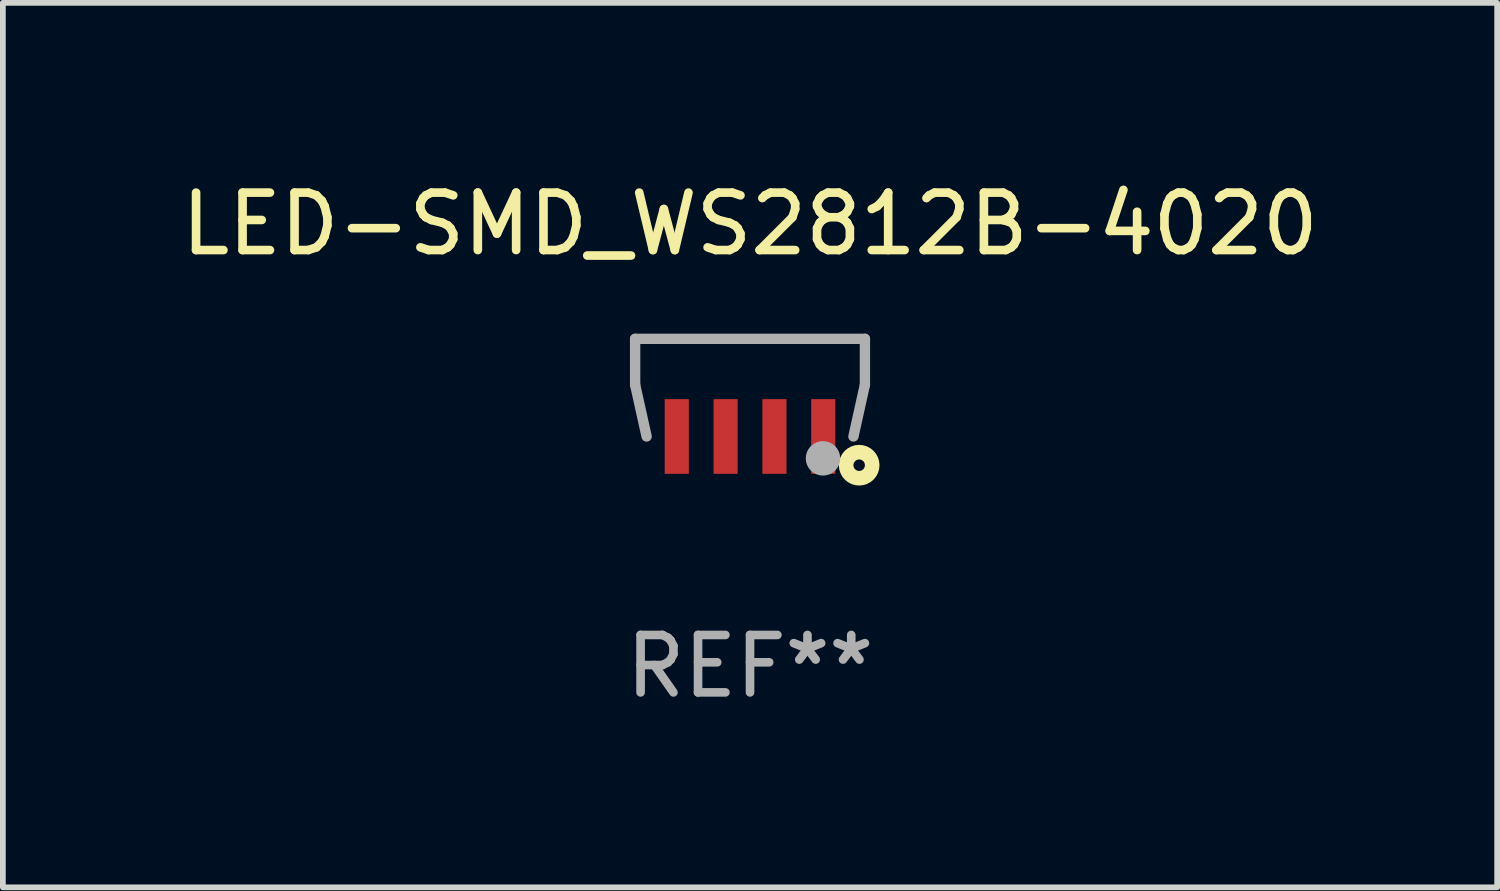
<source format=kicad_pcb>
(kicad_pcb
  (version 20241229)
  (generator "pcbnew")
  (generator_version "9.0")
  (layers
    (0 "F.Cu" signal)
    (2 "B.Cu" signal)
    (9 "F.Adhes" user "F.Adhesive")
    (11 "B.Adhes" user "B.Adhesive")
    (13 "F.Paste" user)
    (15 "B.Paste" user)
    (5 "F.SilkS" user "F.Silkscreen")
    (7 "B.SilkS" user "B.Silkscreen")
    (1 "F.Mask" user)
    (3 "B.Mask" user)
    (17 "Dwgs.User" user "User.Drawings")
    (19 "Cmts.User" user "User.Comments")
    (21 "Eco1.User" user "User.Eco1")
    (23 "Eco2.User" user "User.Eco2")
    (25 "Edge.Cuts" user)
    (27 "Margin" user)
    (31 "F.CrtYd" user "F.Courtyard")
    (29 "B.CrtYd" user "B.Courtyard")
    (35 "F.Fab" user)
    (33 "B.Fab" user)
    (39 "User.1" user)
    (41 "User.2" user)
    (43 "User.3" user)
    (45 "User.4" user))
  (footprint "LED-SMD_WS2812B-4020"
    (layer "F.Cu")
    (at 10.006 3.698)
    (property "Reference" "LED-SMD_WS2812B-4020" (at 0 -2.85 0) (layer "F.SilkS") (effects (font (size 1 1) (thickness 0.15))))
    (attr through_hole)
    (fp_circle (center 1.9 1.35) (end 2 1.35) (stroke (width 0.254) (type solid)) (fill no) (layer "F.SilkS"))
    (fp_line (start -2 -0.85) (end 2 -0.85) (stroke (width 0.18) (type solid)) (layer "F.Fab"))
    (fp_line (start -2 -0.05) (end -2 -0.85) (stroke (width 0.18) (type solid)) (layer "F.Fab"))
    (fp_line (start -1.8 0.85) (end -2 -0.05) (stroke (width 0.18) (type solid)) (layer "F.Fab"))
    (fp_line (start 2 -0.85) (end 2 -0.05) (stroke (width 0.18) (type solid)) (layer "F.Fab"))
    (fp_line (start 2 -0.05) (end 1.8 0.85) (stroke (width 0.18) (type solid)) (layer "F.Fab"))
    (fp_circle (center 1.27 1.231) (end 1.42 1.231) (stroke (width 0.3) (type solid)) (fill no) (layer "F.Fab"))
    (fp_text user "REF**" (at 0 4.85 0) (layer "F.Fab") (effects (font (size 1 1) (thickness 0.15))))
    (pad "1" smd rect (at 1.275 0.85) (size 0.42 1.3) (layers "F.Cu" "F.Mask" "F.Paste"))
    (pad "2" smd rect (at 0.425 0.85 180) (size 0.42 1.3) (layers "F.Cu" "F.Mask" "F.Paste"))
    (pad "3" smd rect (at -0.425 0.85 180) (size 0.42 1.3) (layers "F.Cu" "F.Mask" "F.Paste"))
    (pad "4" smd rect (at -1.275 0.85 180) (size 0.42 1.3) (layers "F.Cu" "F.Mask" "F.Paste")))
  (gr_rect
    (start -3 -3)
    (end 23.012 12.396)
    (stroke (width 0.1) (type default))
    (fill no)
    (layer "Edge.Cuts")))
</source>
